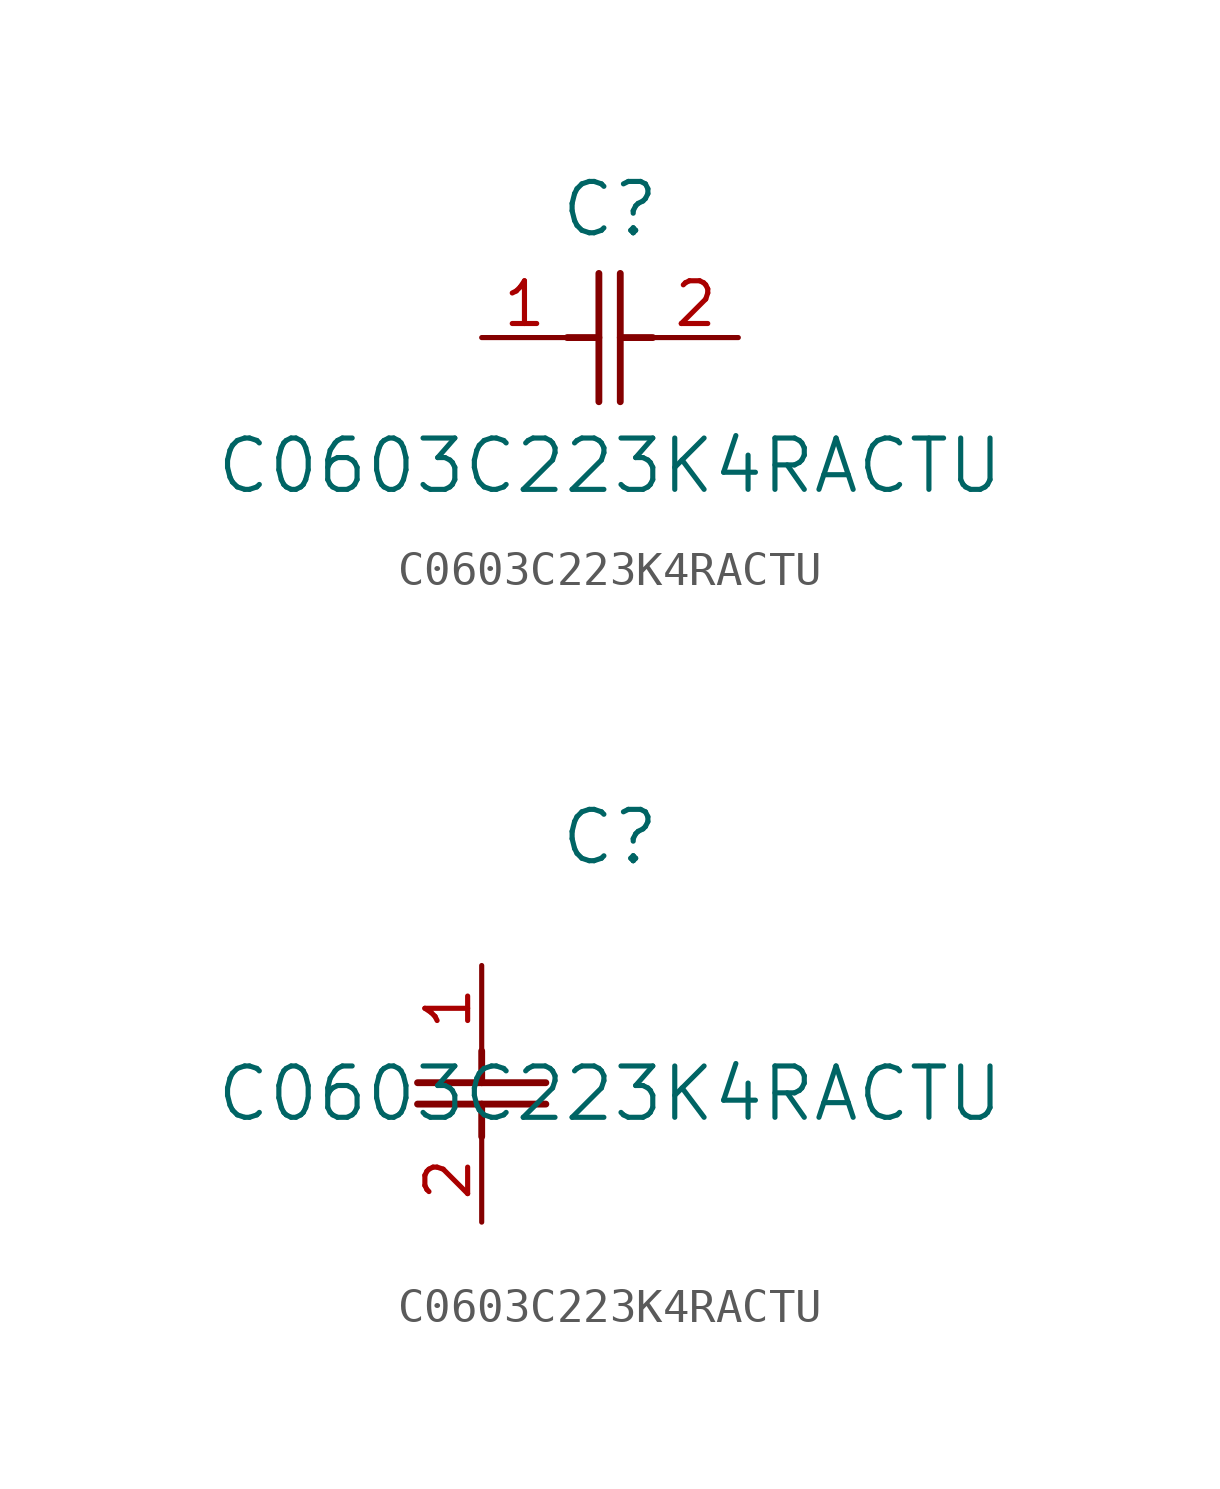
<source format=kicad_sym>
(kicad_symbol_lib
  (version 20211014)
  (generator kicad_symbol_editor)
  (symbol "C0603C223K4RACTU"
    (pin_names
      (offset 0.254))
    (property "Reference" "C"
      (at 3.81 3.81 0)
      (effects (font (size 1.524 1.524))))
    (property "Value" "C0603C223K4RACTU"
      (at 3.81 -3.81 0)
      (effects (font (size 1.524 1.524))))
    (symbol "C0603C223K4RACTU_1_1"
      (polyline (pts (xy 3.48 -1.905) (xy 3.48 1.905)) (stroke (width 0.203) (type default) (color 0 0 0 0)) (fill (type none)))
      (polyline (pts (xy 4.115 -1.905) (xy 4.115 1.905)) (stroke (width 0.203) (type default) (color 0 0 0 0)) (fill (type none)))
      (polyline (pts (xy 4.115 0) (xy 5.08 0)) (stroke (width 0.203) (type default) (color 0 0 0 0)) (fill (type none)))
      (polyline (pts (xy 2.54 0) (xy 3.48 0)) (stroke (width 0.203) (type default) (color 0 0 0 0)) (fill (type none)))
      (pin unspecified line (at 0 0 0) (length 2.54) (name "" (effects (font (size 1.27 1.27)))) (number "1" (effects (font (size 1.27 1.27)))))
      (pin unspecified line (at 7.62 0 180) (length 2.54) (name "" (effects (font (size 1.27 1.27)))) (number "2" (effects (font (size 1.27 1.27))))))
    (symbol "C0603C223K4RACTU_1_2"
      (polyline (pts (xy -1.905 -3.48) (xy 1.905 -3.48)) (stroke (width 0.203) (type default) (color 0 0 0 0)) (fill (type none)))
      (polyline (pts (xy -1.905 -4.115) (xy 1.905 -4.115)) (stroke (width 0.203) (type default) (color 0 0 0 0)) (fill (type none)))
      (polyline (pts (xy 0 -4.115) (xy 0 -5.08)) (stroke (width 0.203) (type default) (color 0 0 0 0)) (fill (type none)))
      (polyline (pts (xy 0 -2.54) (xy 0 -3.48)) (stroke (width 0.203) (type default) (color 0 0 0 0)) (fill (type none)))
      (pin unspecified line (at 0 0 270) (length 2.54) (name "" (effects (font (size 1.27 1.27)))) (number "1" (effects (font (size 1.27 1.27)))))
      (pin unspecified line (at 0 -7.62 90) (length 2.54) (name "" (effects (font (size 1.27 1.27)))) (number "2" (effects (font (size 1.27 1.27))))))))
</source>
